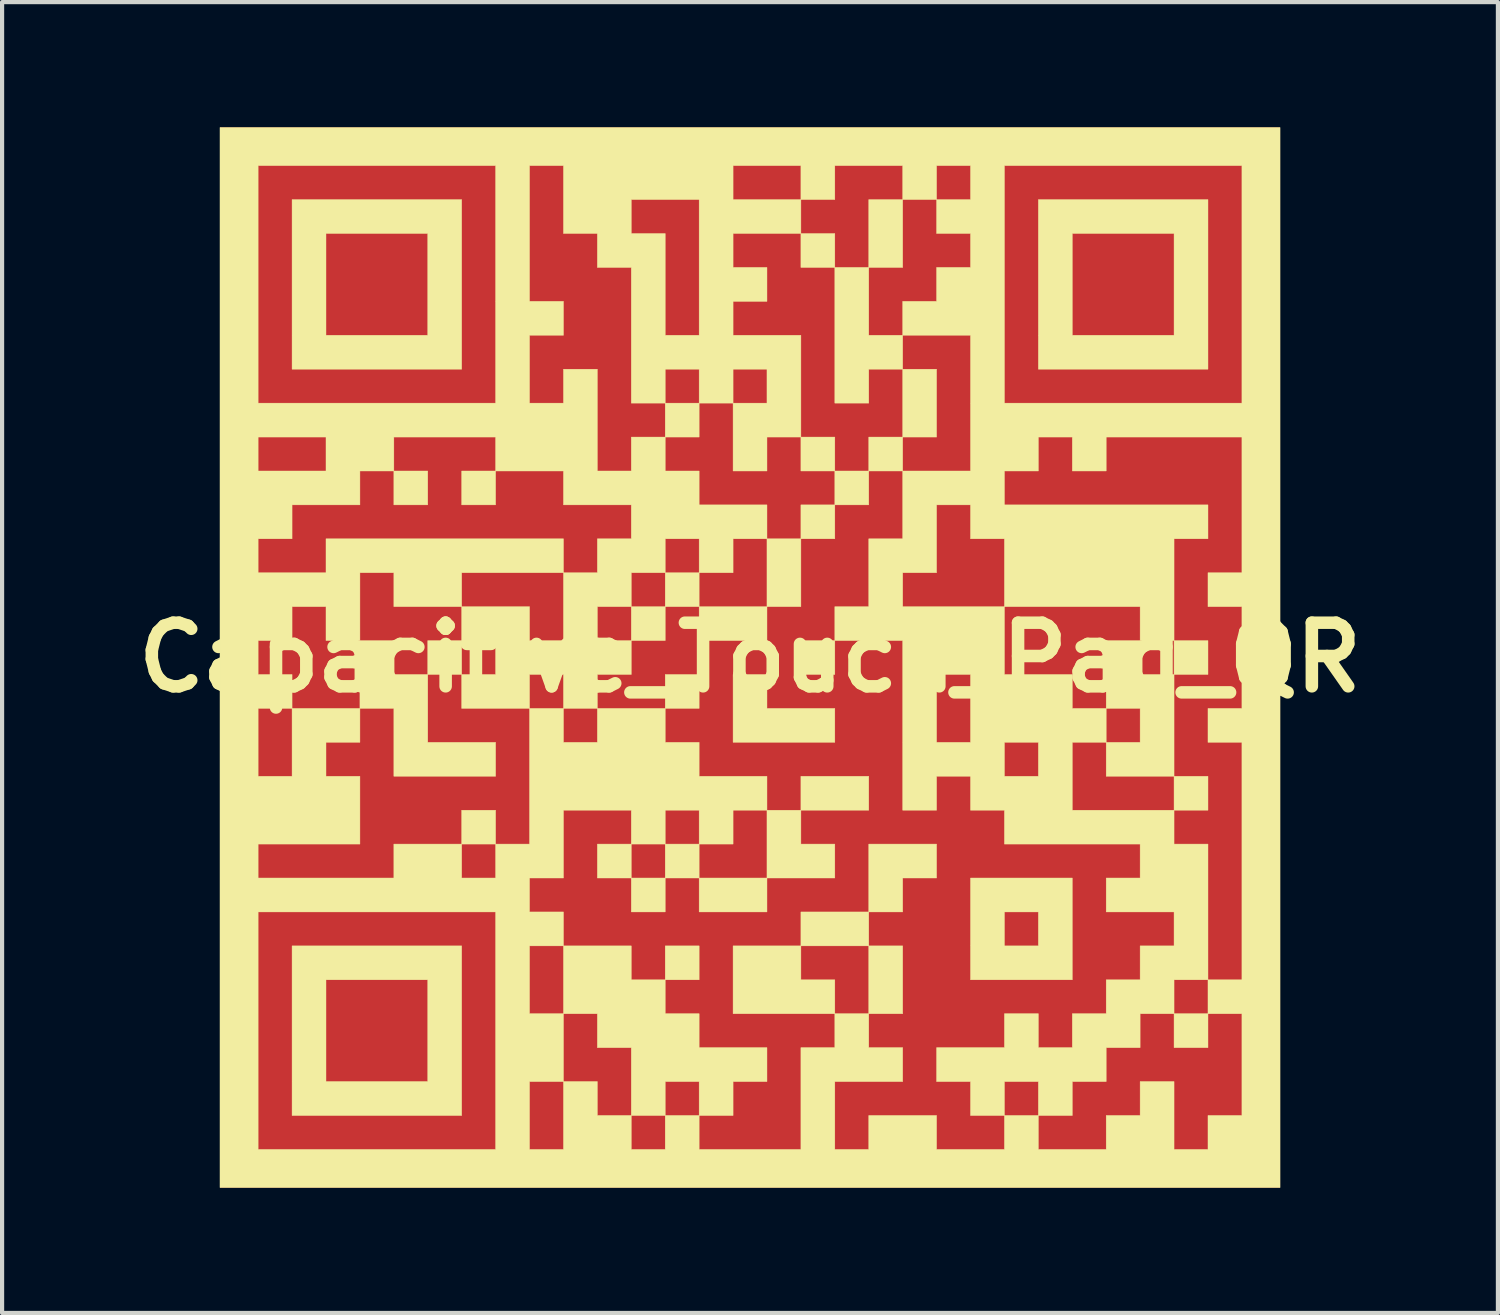
<source format=kicad_pcb>
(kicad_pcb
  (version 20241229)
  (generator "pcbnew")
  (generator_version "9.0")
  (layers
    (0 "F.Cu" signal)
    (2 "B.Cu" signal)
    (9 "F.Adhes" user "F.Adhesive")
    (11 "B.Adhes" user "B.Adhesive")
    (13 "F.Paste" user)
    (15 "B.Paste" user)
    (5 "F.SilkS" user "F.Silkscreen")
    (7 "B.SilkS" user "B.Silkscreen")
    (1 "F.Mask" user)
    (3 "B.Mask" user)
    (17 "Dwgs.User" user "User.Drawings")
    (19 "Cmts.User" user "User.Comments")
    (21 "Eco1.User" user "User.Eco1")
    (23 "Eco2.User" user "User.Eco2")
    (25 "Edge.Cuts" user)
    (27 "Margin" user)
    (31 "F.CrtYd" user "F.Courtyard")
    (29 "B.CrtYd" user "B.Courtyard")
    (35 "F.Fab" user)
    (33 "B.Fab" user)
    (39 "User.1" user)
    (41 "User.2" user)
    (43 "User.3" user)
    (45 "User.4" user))
  (footprint "Capacitive_Touch_Pad_QR"
    (layer "F.Cu")
    (at 14.921 12.705)
    (property "Reference" "Capacitive_Touch_Pad_QR" (at 0 0 0) (layer "F.SilkS") (effects (font (size 1.524 1.524) (thickness 0.3))))
    (attr through_hole)
    (fp_poly (pts (xy -7.722 -3.658) (xy -8.534 -3.658) (xy -8.534 -4.47) (xy -7.722 -4.47) (xy -7.722 -3.658)) (stroke (width 0.01) (type solid)) (fill yes) (layer "F.SilkS"))
    (fp_poly (pts (xy -6.909 0.406) (xy -7.722 0.406) (xy -7.722 -0.406) (xy -6.909 -0.406) (xy -6.909 0.406)) (stroke (width 0.01) (type solid)) (fill yes) (layer "F.SilkS"))
    (fp_poly (pts (xy -6.096 -3.658) (xy -6.909 -3.658) (xy -6.909 -4.47) (xy -6.096 -4.47) (xy -6.096 -3.658)) (stroke (width 0.01) (type solid)) (fill yes) (layer "F.SilkS"))
    (fp_poly (pts (xy -6.096 4.47) (xy -6.909 4.47) (xy -6.909 3.658) (xy -6.096 3.658) (xy -6.096 4.47)) (stroke (width 0.01) (type solid)) (fill yes) (layer "F.SilkS"))
    (fp_poly (pts (xy -2.845 5.283) (xy -3.658 5.283) (xy -3.658 4.47) (xy -2.845 4.47) (xy -2.845 5.283)) (stroke (width 0.01) (type solid)) (fill yes) (layer "F.SilkS"))
    (fp_poly (pts (xy -2.032 -0.406) (xy -2.845 -0.406) (xy -2.845 -1.219) (xy -2.032 -1.219) (xy -2.032 -0.406)) (stroke (width 0.01) (type solid)) (fill yes) (layer "F.SilkS"))
    (fp_poly (pts (xy -2.032 6.096) (xy -2.845 6.096) (xy -2.845 5.283) (xy -2.032 5.283) (xy -2.032 6.096)) (stroke (width 0.01) (type solid)) (fill yes) (layer "F.SilkS"))
    (fp_poly (pts (xy -1.219 -5.283) (xy -2.032 -5.283) (xy -2.032 -6.096) (xy -1.219 -6.096) (xy -1.219 -5.283)) (stroke (width 0.01) (type solid)) (fill yes) (layer "F.SilkS"))
    (fp_poly (pts (xy -1.219 -1.219) (xy -2.032 -1.219) (xy -2.032 -2.032) (xy -1.219 -2.032) (xy -1.219 -1.219)) (stroke (width 0.01) (type solid)) (fill yes) (layer "F.SilkS"))
    (fp_poly (pts (xy -1.219 1.219) (xy -2.032 1.219) (xy -2.032 0.406) (xy -1.219 0.406) (xy -1.219 1.219)) (stroke (width 0.01) (type solid)) (fill yes) (layer "F.SilkS"))
    (fp_poly (pts (xy -1.219 5.283) (xy -2.032 5.283) (xy -2.032 4.47) (xy -1.219 4.47) (xy -1.219 5.283)) (stroke (width 0.01) (type solid)) (fill yes) (layer "F.SilkS"))
    (fp_poly (pts (xy -1.219 7.722) (xy -2.032 7.722) (xy -2.032 6.909) (xy -1.219 6.909) (xy -1.219 7.722)) (stroke (width 0.01) (type solid)) (fill yes) (layer "F.SilkS"))
    (fp_poly (pts (xy 0.406 -0.406) (xy -1.219 -0.406) (xy -1.219 -1.219) (xy 0.406 -1.219) (xy 0.406 -0.406)) (stroke (width 0.01) (type solid)) (fill yes) (layer "F.SilkS"))
    (fp_poly (pts (xy 0.406 6.096) (xy -1.219 6.096) (xy -1.219 5.283) (xy 0.406 5.283) (xy 0.406 6.096)) (stroke (width 0.01) (type solid)) (fill yes) (layer "F.SilkS"))
    (fp_poly (pts (xy 1.219 -1.219) (xy 0.406 -1.219) (xy 0.406 -2.845) (xy 1.219 -2.845) (xy 1.219 -1.219)) (stroke (width 0.01) (type solid)) (fill yes) (layer "F.SilkS"))
    (fp_poly (pts (xy 2.032 -9.347) (xy 1.219 -9.347) (xy 1.219 -10.16) (xy 2.032 -10.16) (xy 2.032 -9.347)) (stroke (width 0.01) (type solid)) (fill yes) (layer "F.SilkS"))
    (fp_poly (pts (xy 2.032 -4.47) (xy 1.219 -4.47) (xy 1.219 -5.283) (xy 2.032 -5.283) (xy 2.032 -4.47)) (stroke (width 0.01) (type solid)) (fill yes) (layer "F.SilkS"))
    (fp_poly (pts (xy 2.032 -2.845) (xy 1.219 -2.845) (xy 1.219 -3.658) (xy 2.032 -3.658) (xy 2.032 -2.845)) (stroke (width 0.01) (type solid)) (fill yes) (layer "F.SilkS"))
    (fp_poly (pts (xy 2.032 0.406) (xy 1.219 0.406) (xy 1.219 -0.406) (xy 2.032 -0.406) (xy 2.032 0.406)) (stroke (width 0.01) (type solid)) (fill yes) (layer "F.SilkS"))
    (fp_poly (pts (xy 2.845 -3.658) (xy 2.032 -3.658) (xy 2.032 -4.47) (xy 2.845 -4.47) (xy 2.845 -3.658)) (stroke (width 0.01) (type solid)) (fill yes) (layer "F.SilkS"))
    (fp_poly (pts (xy 2.845 3.658) (xy 1.219 3.658) (xy 1.219 2.845) (xy 2.845 2.845) (xy 2.845 3.658)) (stroke (width 0.01) (type solid)) (fill yes) (layer "F.SilkS"))
    (fp_poly (pts (xy 2.845 6.909) (xy 1.219 6.909) (xy 1.219 6.096) (xy 2.845 6.096) (xy 2.845 6.909)) (stroke (width 0.01) (type solid)) (fill yes) (layer "F.SilkS"))
    (fp_poly (pts (xy 3.658 -9.347) (xy 2.845 -9.347) (xy 2.845 -10.973) (xy 3.658 -10.973) (xy 3.658 -9.347)) (stroke (width 0.01) (type solid)) (fill yes) (layer "F.SilkS"))
    (fp_poly (pts (xy 3.658 -4.47) (xy 2.845 -4.47) (xy 2.845 -5.283) (xy 3.658 -5.283) (xy 3.658 -4.47)) (stroke (width 0.01) (type solid)) (fill yes) (layer "F.SilkS"))
    (fp_poly (pts (xy 3.658 8.534) (xy 2.845 8.534) (xy 2.845 6.909) (xy 3.658 6.909) (xy 3.658 8.534)) (stroke (width 0.01) (type solid)) (fill yes) (layer "F.SilkS"))
    (fp_poly (pts (xy 4.47 -5.283) (xy 3.658 -5.283) (xy 3.658 -6.909) (xy 4.47 -6.909) (xy 4.47 -5.283)) (stroke (width 0.01) (type solid)) (fill yes) (layer "F.SilkS"))
    (fp_poly (pts (xy 10.973 0.406) (xy 10.16 0.406) (xy 10.16 -0.406) (xy 10.973 -0.406) (xy 10.973 0.406)) (stroke (width 0.01) (type solid)) (fill yes) (layer "F.SilkS"))
    (fp_poly (pts (xy 10.973 3.658) (xy 10.16 3.658) (xy 10.16 2.845) (xy 10.973 2.845) (xy 10.973 3.658)) (stroke (width 0.01) (type solid)) (fill yes) (layer "F.SilkS"))
    (fp_poly (pts (xy 10.973 9.347) (xy 10.16 9.347) (xy 10.16 8.534) (xy 10.973 8.534) (xy 10.973 9.347)) (stroke (width 0.01) (type solid)) (fill yes) (layer "F.SilkS"))
    (fp_poly (pts (xy 0.406 1.219) (xy 2.032 1.219) (xy 2.032 2.032) (xy -0.406 2.032) (xy -0.406 0.406) (xy 0.406 0.406) (xy 0.406 1.219)) (stroke (width 0.01) (type solid)) (fill yes) (layer "F.SilkS"))
    (fp_poly (pts (xy 1.219 4.47) (xy 2.032 4.47) (xy 2.032 5.283) (xy 0.406 5.283) (xy 0.406 3.658) (xy 1.219 3.658) (xy 1.219 4.47)) (stroke (width 0.01) (type solid)) (fill yes) (layer "F.SilkS"))
    (fp_poly (pts (xy 1.219 7.722) (xy 2.032 7.722) (xy 2.032 8.534) (xy -0.406 8.534) (xy -0.406 6.909) (xy 1.219 6.909) (xy 1.219 7.722)) (stroke (width 0.01) (type solid)) (fill yes) (layer "F.SilkS"))
    (fp_poly (pts (xy 4.47 5.283) (xy 3.658 5.283) (xy 3.658 6.096) (xy 2.845 6.096) (xy 2.845 4.47) (xy 4.47 4.47) (xy 4.47 5.283)) (stroke (width 0.01) (type solid)) (fill yes) (layer "F.SilkS"))
    (fp_poly (pts (xy 2.845 -7.722) (xy 3.658 -7.722) (xy 3.658 -6.909) (xy 2.845 -6.909) (xy 2.845 -6.096) (xy 2.032 -6.096) (xy 2.032 -9.347) (xy 2.845 -9.347) (xy 2.845 -7.722)) (stroke (width 0.01) (type solid)) (fill yes) (layer "F.SilkS"))
    (fp_poly (pts (xy -8.534 0.406) (xy -7.722 0.406) (xy -7.722 2.032) (xy -6.096 2.032) (xy -6.096 2.845) (xy -8.534 2.845) (xy -8.534 1.219) (xy -9.347 1.219) (xy -9.347 -0.406) (xy -8.534 -0.406) (xy -8.534 0.406)) (stroke (width 0.01) (type solid)) (fill yes) (layer "F.SilkS"))
    (fp_poly (pts (xy 9.347 0.406) (xy 10.16 0.406) (xy 10.16 2.845) (xy 8.534 2.845) (xy 8.534 2.032) (xy 9.347 2.032) (xy 9.347 1.219) (xy 8.534 1.219) (xy 8.534 -0.406) (xy 9.347 -0.406) (xy 9.347 0.406)) (stroke (width 0.01) (type solid)) (fill yes) (layer "F.SilkS"))
    (fp_poly (pts (xy -6.909 -6.909) (xy -10.973 -6.909) (xy -10.973 -10.16) (xy -10.16 -10.16) (xy -10.16 -7.722) (xy -7.722 -7.722) (xy -7.722 -10.16) (xy -10.16 -10.16) (xy -10.973 -10.16) (xy -10.973 -10.973) (xy -6.909 -10.973) (xy -6.909 -6.909)) (stroke (width 0.01) (type solid)) (fill yes) (layer "F.SilkS"))
    (fp_poly (pts (xy -6.909 10.973) (xy -10.973 10.973) (xy -10.973 7.722) (xy -10.16 7.722) (xy -10.16 10.16) (xy -7.722 10.16) (xy -7.722 7.722) (xy -10.16 7.722) (xy -10.973 7.722) (xy -10.973 6.909) (xy -6.909 6.909) (xy -6.909 10.973)) (stroke (width 0.01) (type solid)) (fill yes) (layer "F.SilkS"))
    (fp_poly (pts (xy 7.722 7.722) (xy 5.283 7.722) (xy 5.283 6.096) (xy 6.096 6.096) (xy 6.096 6.909) (xy 6.909 6.909) (xy 6.909 6.096) (xy 6.096 6.096) (xy 5.283 6.096) (xy 5.283 5.283) (xy 7.722 5.283) (xy 7.722 7.722)) (stroke (width 0.01) (type solid)) (fill yes) (layer "F.SilkS"))
    (fp_poly (pts (xy 10.973 -6.909) (xy 6.909 -6.909) (xy 6.909 -10.16) (xy 7.722 -10.16) (xy 7.722 -7.722) (xy 10.16 -7.722) (xy 10.16 -10.16) (xy 7.722 -10.16) (xy 6.909 -10.16) (xy 6.909 -10.973) (xy 10.973 -10.973) (xy 10.973 -6.909)) (stroke (width 0.01) (type solid)) (fill yes) (layer "F.SilkS"))
    (fp_poly (pts (xy -2.845 7.722) (xy -2.032 7.722) (xy -2.032 8.534) (xy -1.219 8.534) (xy -1.219 9.347) (xy 0.406 9.347) (xy 0.406 10.16) (xy -0.406 10.16) (xy -0.406 10.973) (xy -1.219 10.973) (xy -1.219 10.16) (xy -2.032 10.16) (xy -2.032 10.973) (xy -2.845 10.973) (xy -2.845 9.347) (xy -3.658 9.347) (xy -3.658 8.534) (xy -4.47 8.534) (xy -4.47 6.909) (xy -2.845 6.909) (xy -2.845 7.722)) (stroke (width 0.01) (type solid)) (fill yes) (layer "F.SilkS"))
    (fp_poly (pts (xy 12.7 12.7) (xy -12.7 12.7) (xy -12.7 6.096) (xy -11.786 6.096) (xy -11.786 11.786) (xy -6.096 11.786) (xy -6.096 10.16) (xy -5.283 10.16) (xy -5.283 11.786) (xy -4.47 11.786) (xy -4.47 10.16) (xy -5.283 10.16) (xy -6.096 10.16) (xy -6.096 6.096) (xy -11.786 6.096) (xy -12.7 6.096) (xy -12.7 4.47) (xy -11.786 4.47) (xy -11.786 5.283) (xy -8.534 5.283) (xy -8.534 4.47) (xy -6.909 4.47) (xy -6.909 5.283) (xy -6.096 5.283) (xy -6.096 4.47) (xy -5.283 4.47) (xy -5.283 1.219) (xy -6.909 1.219) (xy -6.909 0.406) (xy -6.096 0.406) (xy -5.283 0.406) (xy -5.283 1.219) (xy -4.47 1.219) (xy -4.47 2.032) (xy -3.658 2.032) (xy -3.658 1.219) (xy -4.47 1.219) (xy -4.47 0.406) (xy -5.283 0.406) (xy -6.096 0.406) (xy -6.096 -0.406) (xy -6.909 -0.406) (xy -6.909 -1.219) (xy -8.534 -1.219) (xy -8.534 -2.032) (xy -6.909 -2.032) (xy -6.909 -1.219) (xy -5.283 -1.219) (xy -5.283 -0.406) (xy -4.47 -0.406) (xy -4.47 -2.032) (xy -6.909 -2.032) (xy -8.534 -2.032) (xy -9.347 -2.032) (xy -9.347 -0.406) (xy -10.16 -0.406) (xy -10.16 -1.219) (xy -10.973 -1.219) (xy -10.973 -0.406) (xy -11.786 -0.406) (xy -11.786 0.406) (xy -10.973 0.406) (xy -10.973 1.219) (xy -9.347 1.219) (xy -9.347 2.032) (xy -10.16 2.032) (xy -10.16 2.845) (xy -9.347 2.845) (xy -9.347 4.47) (xy -11.786 4.47) (xy -12.7 4.47) (xy -12.7 1.219) (xy -11.786 1.219) (xy -11.786 2.845) (xy -10.973 2.845) (xy -10.973 1.219) (xy -11.786 1.219) (xy -12.7 1.219) (xy -12.7 -2.845) (xy -11.786 -2.845) (xy -11.786 -2.032) (xy -10.16 -2.032) (xy -10.16 -2.845) (xy -4.47 -2.845) (xy -4.47 -2.032) (xy -3.658 -2.032) (xy -3.658 -2.845) (xy -2.845 -2.845) (xy -2.845 -3.658) (xy -4.47 -3.658) (xy -4.47 -4.47) (xy -6.096 -4.47) (xy -6.096 -5.283) (xy -8.534 -5.283) (xy -8.534 -4.47) (xy -9.347 -4.47) (xy -9.347 -3.658) (xy -10.973 -3.658) (xy -10.973 -2.845) (xy -11.786 -2.845) (xy -12.7 -2.845) (xy -12.7 -5.283) (xy -11.786 -5.283) (xy -11.786 -4.47) (xy -10.16 -4.47) (xy -10.16 -5.283) (xy -11.786 -5.283) (xy -12.7 -5.283) (xy -12.7 -11.786) (xy -11.786 -11.786) (xy -11.786 -6.096) (xy -6.096 -6.096) (xy -6.096 -11.786) (xy -5.283 -11.786) (xy -5.283 -8.534) (xy -4.47 -8.534) (xy -4.47 -7.722) (xy -5.283 -7.722) (xy -5.283 -6.096) (xy -4.47 -6.096) (xy -4.47 -6.909) (xy -3.658 -6.909) (xy -3.658 -4.47) (xy -2.845 -4.47) (xy -2.845 -5.283) (xy -2.032 -5.283) (xy -2.032 -4.47) (xy -1.219 -4.47) (xy -1.219 -3.658) (xy 0.406 -3.658) (xy 0.406 -2.845) (xy -0.406 -2.845) (xy -0.406 -2.032) (xy -1.219 -2.032) (xy -1.219 -2.845) (xy -2.032 -2.845) (xy -2.032 -2.032) (xy -2.845 -2.032) (xy -2.845 -1.219) (xy -3.658 -1.219) (xy -3.658 -0.406) (xy -2.845 -0.406) (xy -2.845 0.406) (xy -3.658 0.406) (xy -3.658 1.219) (xy -2.032 1.219) (xy -2.032 2.032) (xy -1.219 2.032) (xy -1.219 2.845) (xy 0.406 2.845) (xy 0.406 3.658) (xy -0.406 3.658) (xy -0.406 4.47) (xy -1.219 4.47) (xy -1.219 3.658) (xy -2.032 3.658) (xy -2.032 4.47) (xy -2.845 4.47) (xy -2.845 3.658) (xy -4.47 3.658) (xy -4.47 5.283) (xy -5.283 5.283) (xy -5.283 6.096) (xy -4.47 6.096) (xy -4.47 6.909) (xy -5.283 6.909) (xy -5.283 8.534) (xy -4.47 8.534) (xy -4.47 10.16) (xy -3.658 10.16) (xy -3.658 10.973) (xy -2.845 10.973) (xy -2.845 11.786) (xy -2.032 11.786) (xy -2.032 10.973) (xy -1.219 10.973) (xy -1.219 11.786) (xy 1.219 11.786) (xy 1.219 9.347) (xy 2.032 9.347) (xy 2.032 8.534) (xy 2.845 8.534) (xy 2.845 9.347) (xy 3.658 9.347) (xy 3.658 10.16) (xy 2.032 10.16) (xy 2.032 11.786) (xy 2.845 11.786) (xy 2.845 10.973) (xy 4.47 10.973) (xy 4.47 11.786) (xy 6.096 11.786) (xy 6.096 10.973) (xy 5.283 10.973) (xy 5.283 10.16) (xy 6.096 10.16) (xy 6.096 10.973) (xy 6.909 10.973) (xy 6.909 11.786) (xy 8.534 11.786) (xy 8.534 10.973) (xy 9.347 10.973) (xy 9.347 10.16) (xy 10.16 10.16) (xy 10.16 11.786) (xy 10.973 11.786) (xy 10.973 10.973) (xy 11.786 10.973) (xy 11.786 8.534) (xy 10.973 8.534) (xy 10.973 7.722) (xy 10.16 7.722) (xy 10.16 8.534) (xy 9.347 8.534) (xy 9.347 9.347) (xy 8.534 9.347) (xy 8.534 10.16) (xy 7.722 10.16) (xy 7.722 10.973) (xy 6.909 10.973) (xy 6.909 10.16) (xy 6.096 10.16) (xy 5.283 10.16) (xy 4.47 10.16) (xy 4.47 9.347) (xy 6.096 9.347) (xy 6.096 8.534) (xy 6.909 8.534) (xy 6.909 9.347) (xy 7.722 9.347) (xy 7.722 8.534) (xy 8.534 8.534) (xy 8.534 7.722) (xy 9.347 7.722) (xy 9.347 6.909) (xy 10.16 6.909) (xy 10.16 6.096) (xy 8.534 6.096) (xy 8.534 5.283) (xy 9.347 5.283) (xy 9.347 4.47) (xy 6.096 4.47) (xy 6.096 3.658) (xy 5.283 3.658) (xy 5.283 2.845) (xy 4.47 2.845) (xy 4.47 3.658) (xy 3.658 3.658) (xy 3.658 0.406) (xy 4.47 0.406) (xy 4.47 2.032) (xy 5.283 2.032) (xy 6.096 2.032) (xy 6.096 2.845) (xy 6.909 2.845) (xy 6.909 2.032) (xy 6.096 2.032) (xy 5.283 2.032) (xy 5.283 0.406) (xy 4.47 0.406) (xy 3.658 0.406) (xy 3.658 -0.406) (xy 2.032 -0.406) (xy 2.032 -1.219) (xy 2.845 -1.219) (xy 2.845 -2.032) (xy 3.658 -2.032) (xy 3.658 -1.219) (xy 6.096 -1.219) (xy 6.096 -2.845) (xy 5.283 -2.845) (xy 5.283 -3.658) (xy 4.47 -3.658) (xy 4.47 -2.032) (xy 3.658 -2.032) (xy 2.845 -2.032) (xy 2.845 -2.845) (xy 3.658 -2.845) (xy 3.658 -4.47) (xy 5.283 -4.47) (xy 6.096 -4.47) (xy 6.096 -3.658) (xy 10.973 -3.658) (xy 10.973 -2.845) (xy 10.16 -2.845) (xy 10.16 -0.406) (xy 9.347 -0.406) (xy 9.347 -1.219) (xy 6.096 -1.219) (xy 6.096 0.406) (xy 7.722 0.406) (xy 7.722 1.219) (xy 8.534 1.219) (xy 8.534 2.032) (xy 7.722 2.032) (xy 7.722 3.658) (xy 10.16 3.658) (xy 10.16 4.47) (xy 10.973 4.47) (xy 10.973 7.722) (xy 11.786 7.722) (xy 11.786 2.032) (xy 10.973 2.032) (xy 10.973 1.219) (xy 11.786 1.219) (xy 11.786 -1.219) (xy 10.973 -1.219) (xy 10.973 -2.032) (xy 11.786 -2.032) (xy 11.786 -5.283) (xy 8.534 -5.283) (xy 8.534 -4.47) (xy 7.722 -4.47) (xy 7.722 -5.283) (xy 6.909 -5.283) (xy 6.909 -4.47) (xy 6.096 -4.47) (xy 5.283 -4.47) (xy 5.283 -7.722) (xy 3.658 -7.722) (xy 3.658 -8.534) (xy 4.47 -8.534) (xy 4.47 -9.347) (xy 5.283 -9.347) (xy 5.283 -10.16) (xy 4.47 -10.16) (xy 4.47 -10.973) (xy 3.658 -10.973) (xy 3.658 -11.786) (xy 4.47 -11.786) (xy 4.47 -10.973) (xy 5.283 -10.973) (xy 5.283 -11.786) (xy 6.096 -11.786) (xy 6.096 -6.096) (xy 11.786 -6.096) (xy 11.786 -11.786) (xy 6.096 -11.786) (xy 5.283 -11.786) (xy 4.47 -11.786) (xy 3.658 -11.786) (xy 2.032 -11.786) (xy 2.032 -10.973) (xy 1.219 -10.973) (xy 1.219 -10.16) (xy -0.406 -10.16) (xy -0.406 -9.347) (xy 0.406 -9.347) (xy 0.406 -8.534) (xy -0.406 -8.534) (xy -0.406 -7.722) (xy 1.219 -7.722) (xy 1.219 -5.283) (xy 0.406 -5.283) (xy 0.406 -4.47) (xy -0.406 -4.47) (xy -0.406 -6.096) (xy -1.219 -6.096) (xy -1.219 -6.909) (xy -0.406 -6.909) (xy -0.406 -6.096) (xy 0.406 -6.096) (xy 0.406 -6.909) (xy -0.406 -6.909) (xy -1.219 -6.909) (xy -2.032 -6.909) (xy -2.032 -6.096) (xy -2.845 -6.096) (xy -2.845 -9.347) (xy -3.658 -9.347) (xy -3.658 -10.16) (xy -4.47 -10.16) (xy -4.47 -10.973) (xy -2.845 -10.973) (xy -2.845 -10.16) (xy -2.032 -10.16) (xy -2.032 -7.722) (xy -1.219 -7.722) (xy -1.219 -10.973) (xy -2.845 -10.973) (xy -4.47 -10.973) (xy -4.47 -11.786) (xy -0.406 -11.786) (xy -0.406 -10.973) (xy 1.219 -10.973) (xy 1.219 -11.786) (xy -0.406 -11.786) (xy -4.47 -11.786) (xy -5.283 -11.786) (xy -6.096 -11.786) (xy -11.786 -11.786) (xy -12.7 -11.786) (xy -12.7 -12.7) (xy 12.7 -12.7) (xy 12.7 12.7)) (stroke (width 0.01) (type solid)) (fill yes) (layer "F.SilkS"))
    (pad "1" connect rect (at 0 0) (size 25.4 25.4) (layers "F.Cu")))
  (gr_rect
    (start -3 -3)
    (end 32.841 28.41)
    (stroke (width 0.1) (type default))
    (fill no)
    (layer "Edge.Cuts")))
</source>
